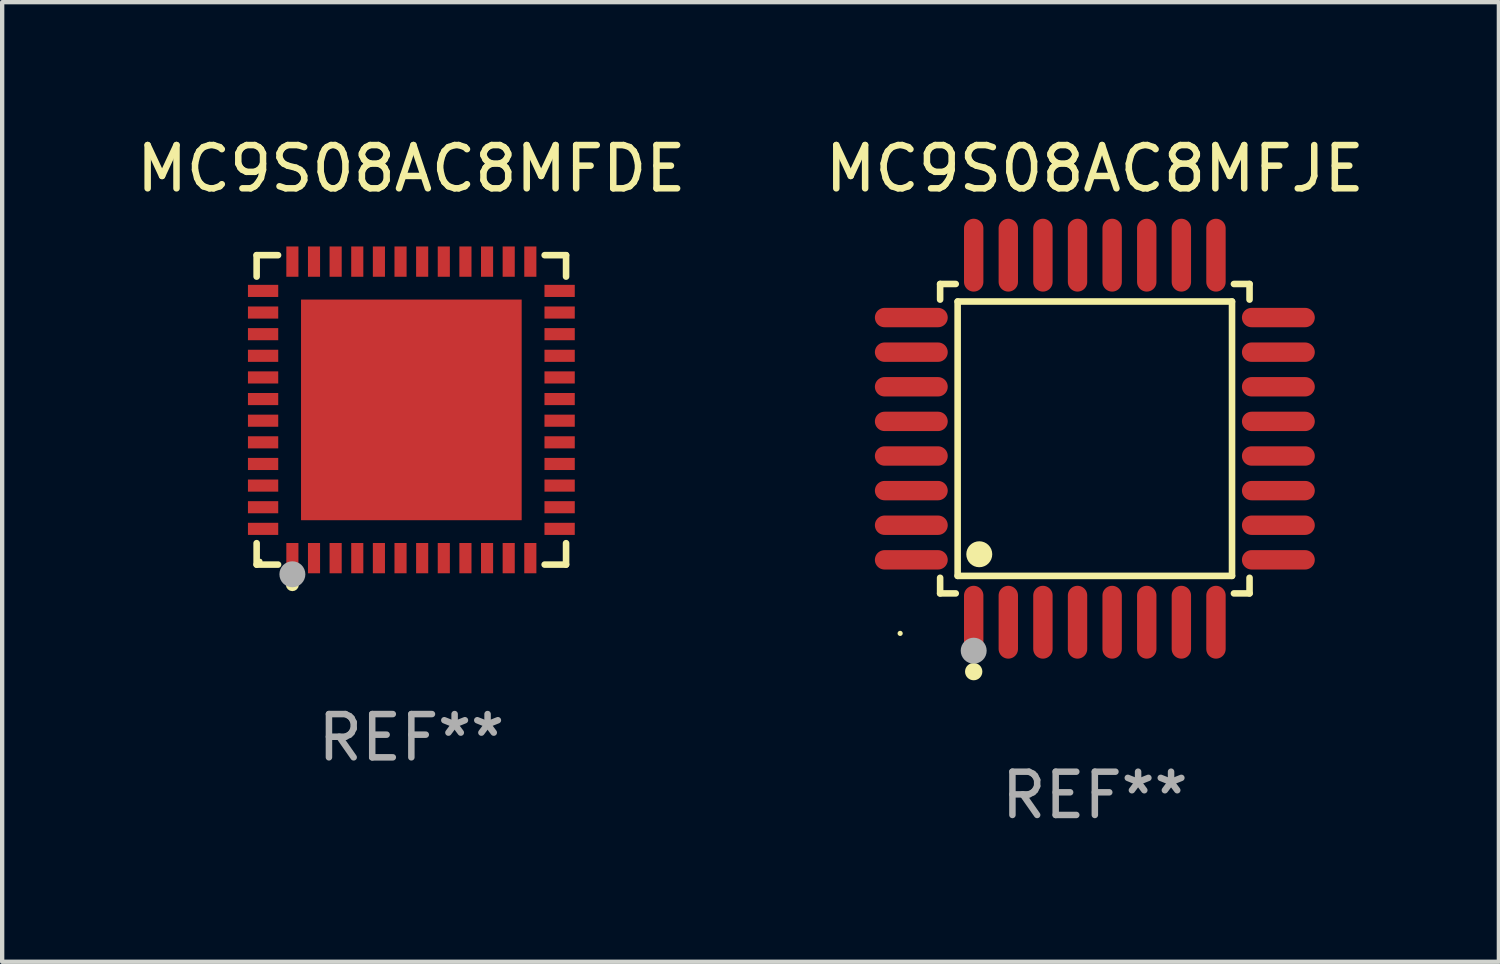
<source format=kicad_pcb>
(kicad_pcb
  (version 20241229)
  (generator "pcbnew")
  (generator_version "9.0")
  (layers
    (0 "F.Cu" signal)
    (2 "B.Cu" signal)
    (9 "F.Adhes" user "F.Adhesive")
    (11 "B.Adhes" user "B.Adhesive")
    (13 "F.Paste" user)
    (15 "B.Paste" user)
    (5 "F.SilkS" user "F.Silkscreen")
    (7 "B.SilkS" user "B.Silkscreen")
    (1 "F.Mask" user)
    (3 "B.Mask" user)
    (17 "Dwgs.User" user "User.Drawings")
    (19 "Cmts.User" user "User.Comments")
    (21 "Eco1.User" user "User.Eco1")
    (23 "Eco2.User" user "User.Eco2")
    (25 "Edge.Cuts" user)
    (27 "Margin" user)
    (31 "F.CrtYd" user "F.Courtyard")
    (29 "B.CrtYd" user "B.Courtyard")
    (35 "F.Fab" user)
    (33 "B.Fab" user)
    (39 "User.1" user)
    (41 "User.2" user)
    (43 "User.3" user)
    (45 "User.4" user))
  (footprint "MC9S08AC8MFDE"
    (layer "F.Cu")
    (at 6.458 6.424)
    (property "Reference" "MC9S08AC8MFDE" (at 0 -5.576 0) (layer "F.SilkS") (effects (font (size 1 1) (thickness 0.15))))
    (attr through_hole)
    (fp_line (start -3.576 -3.576) (end -3.081 -3.576) (stroke (width 0.152) (type solid)) (layer "F.SilkS"))
    (fp_line (start -3.576 -3.081) (end -3.576 -3.576) (stroke (width 0.152) (type solid)) (layer "F.SilkS"))
    (fp_line (start -3.576 3.081) (end -3.576 3.576) (stroke (width 0.152) (type solid)) (layer "F.SilkS"))
    (fp_line (start -3.576 3.576) (end -3.081 3.576) (stroke (width 0.152) (type solid)) (layer "F.SilkS"))
    (fp_line (start 3.576 -3.576) (end 3.081 -3.576) (stroke (width 0.152) (type solid)) (layer "F.SilkS"))
    (fp_line (start 3.576 -3.081) (end 3.576 -3.576) (stroke (width 0.152) (type solid)) (layer "F.SilkS"))
    (fp_line (start 3.576 3.081) (end 3.576 3.576) (stroke (width 0.152) (type solid)) (layer "F.SilkS"))
    (fp_line (start 3.576 3.576) (end 3.081 3.576) (stroke (width 0.152) (type solid)) (layer "F.SilkS"))
    (fp_circle (center -3.5 3.5) (end -3.47 3.5) (stroke (width 0.06) (type solid)) (fill no) (layer "F.SilkS"))
    (fp_circle (center -2.75 4.04) (end -2.675 4.04) (stroke (width 0.15) (type solid)) (fill no) (layer "F.SilkS"))
    (fp_circle (center -2.75 3.8) (end -2.6 3.8) (stroke (width 0.3) (type solid)) (fill no) (layer "F.Fab"))
    (fp_text user "REF**" (at 0 7.576 0) (layer "F.Fab") (effects (font (size 1 1) (thickness 0.15))))
    (pad "1" smd rect (at -2.75 3.427) (size 0.28 0.7) (layers "F.Cu" "F.Mask" "F.Paste"))
    (pad "2" smd rect (at -2.25 3.427) (size 0.28 0.7) (layers "F.Cu" "F.Mask" "F.Paste"))
    (pad "3" smd rect (at -1.75 3.427) (size 0.28 0.7) (layers "F.Cu" "F.Mask" "F.Paste"))
    (pad "4" smd rect (at -1.25 3.427) (size 0.28 0.7) (layers "F.Cu" "F.Mask" "F.Paste"))
    (pad "5" smd rect (at -0.75 3.427) (size 0.28 0.7) (layers "F.Cu" "F.Mask" "F.Paste"))
    (pad "6" smd rect (at -0.25 3.427) (size 0.28 0.7) (layers "F.Cu" "F.Mask" "F.Paste"))
    (pad "7" smd rect (at 0.25 3.427) (size 0.28 0.7) (layers "F.Cu" "F.Mask" "F.Paste"))
    (pad "8" smd rect (at 0.75 3.427) (size 0.28 0.7) (layers "F.Cu" "F.Mask" "F.Paste"))
    (pad "9" smd rect (at 1.25 3.427) (size 0.28 0.7) (layers "F.Cu" "F.Mask" "F.Paste"))
    (pad "10" smd rect (at 1.75 3.427) (size 0.28 0.7) (layers "F.Cu" "F.Mask" "F.Paste"))
    (pad "11" smd rect (at 2.25 3.427) (size 0.28 0.7) (layers "F.Cu" "F.Mask" "F.Paste"))
    (pad "12" smd rect (at 2.75 3.427) (size 0.28 0.7) (layers "F.Cu" "F.Mask" "F.Paste"))
    (pad "13" smd rect (at 3.427 2.75) (size 0.7 0.28) (layers "F.Cu" "F.Mask" "F.Paste"))
    (pad "14" smd rect (at 3.427 2.25) (size 0.7 0.28) (layers "F.Cu" "F.Mask" "F.Paste"))
    (pad "15" smd rect (at 3.427 1.75) (size 0.7 0.28) (layers "F.Cu" "F.Mask" "F.Paste"))
    (pad "16" smd rect (at 3.427 1.25) (size 0.7 0.28) (layers "F.Cu" "F.Mask" "F.Paste"))
    (pad "17" smd rect (at 3.427 0.75) (size 0.7 0.28) (layers "F.Cu" "F.Mask" "F.Paste"))
    (pad "18" smd rect (at 3.427 0.25) (size 0.7 0.28) (layers "F.Cu" "F.Mask" "F.Paste"))
    (pad "19" smd rect (at 3.427 -0.25) (size 0.7 0.28) (layers "F.Cu" "F.Mask" "F.Paste"))
    (pad "20" smd rect (at 3.427 -0.75) (size 0.7 0.28) (layers "F.Cu" "F.Mask" "F.Paste"))
    (pad "21" smd rect (at 3.427 -1.25) (size 0.7 0.28) (layers "F.Cu" "F.Mask" "F.Paste"))
    (pad "22" smd rect (at 3.427 -1.75) (size 0.7 0.28) (layers "F.Cu" "F.Mask" "F.Paste"))
    (pad "23" smd rect (at 3.427 -2.25) (size 0.7 0.28) (layers "F.Cu" "F.Mask" "F.Paste"))
    (pad "24" smd rect (at 3.427 -2.75) (size 0.7 0.28) (layers "F.Cu" "F.Mask" "F.Paste"))
    (pad "25" smd rect (at 2.75 -3.427) (size 0.28 0.7) (layers "F.Cu" "F.Mask" "F.Paste"))
    (pad "26" smd rect (at 2.25 -3.427) (size 0.28 0.7) (layers "F.Cu" "F.Mask" "F.Paste"))
    (pad "27" smd rect (at 1.75 -3.427) (size 0.28 0.7) (layers "F.Cu" "F.Mask" "F.Paste"))
    (pad "28" smd rect (at 1.25 -3.427) (size 0.28 0.7) (layers "F.Cu" "F.Mask" "F.Paste"))
    (pad "29" smd rect (at 0.75 -3.427) (size 0.28 0.7) (layers "F.Cu" "F.Mask" "F.Paste"))
    (pad "30" smd rect (at 0.25 -3.427) (size 0.28 0.7) (layers "F.Cu" "F.Mask" "F.Paste"))
    (pad "31" smd rect (at -0.25 -3.427) (size 0.28 0.7) (layers "F.Cu" "F.Mask" "F.Paste"))
    (pad "32" smd rect (at -0.75 -3.427) (size 0.28 0.7) (layers "F.Cu" "F.Mask" "F.Paste"))
    (pad "33" smd rect (at -1.25 -3.427) (size 0.28 0.7) (layers "F.Cu" "F.Mask" "F.Paste"))
    (pad "34" smd rect (at -1.75 -3.427) (size 0.28 0.7) (layers "F.Cu" "F.Mask" "F.Paste"))
    (pad "35" smd rect (at -2.25 -3.427) (size 0.28 0.7) (layers "F.Cu" "F.Mask" "F.Paste"))
    (pad "36" smd rect (at -2.75 -3.427) (size 0.28 0.7) (layers "F.Cu" "F.Mask" "F.Paste"))
    (pad "37" smd rect (at -3.427 -2.75) (size 0.7 0.28) (layers "F.Cu" "F.Mask" "F.Paste"))
    (pad "38" smd rect (at -3.427 -2.25) (size 0.7 0.28) (layers "F.Cu" "F.Mask" "F.Paste"))
    (pad "39" smd rect (at -3.427 -1.75) (size 0.7 0.28) (layers "F.Cu" "F.Mask" "F.Paste"))
    (pad "40" smd rect (at -3.427 -1.25) (size 0.7 0.28) (layers "F.Cu" "F.Mask" "F.Paste"))
    (pad "41" smd rect (at -3.427 -0.75) (size 0.7 0.28) (layers "F.Cu" "F.Mask" "F.Paste"))
    (pad "42" smd rect (at -3.427 -0.25) (size 0.7 0.28) (layers "F.Cu" "F.Mask" "F.Paste"))
    (pad "43" smd rect (at -3.427 0.25) (size 0.7 0.28) (layers "F.Cu" "F.Mask" "F.Paste"))
    (pad "44" smd rect (at -3.427 0.75) (size 0.7 0.28) (layers "F.Cu" "F.Mask" "F.Paste"))
    (pad "45" smd rect (at -3.427 1.25) (size 0.7 0.28) (layers "F.Cu" "F.Mask" "F.Paste"))
    (pad "46" smd rect (at -3.427 1.75) (size 0.7 0.28) (layers "F.Cu" "F.Mask" "F.Paste"))
    (pad "47" smd rect (at -3.427 2.25) (size 0.7 0.28) (layers "F.Cu" "F.Mask" "F.Paste"))
    (pad "48" smd rect (at -3.427 2.75) (size 0.7 0.28) (layers "F.Cu" "F.Mask" "F.Paste"))
    (pad "49" smd rect (at 0 0) (size 5.1 5.1) (layers "F.Cu" "F.Mask" "F.Paste")))
  (footprint "MC9S08AC8MFJE"
    (layer "F.Cu")
    (at 22.256 7.09)
    (property "Reference" "MC9S08AC8MFJE" (at 0 -6.242 0) (layer "F.SilkS") (effects (font (size 1 1) (thickness 0.15))))
    (attr through_hole)
    (fp_line (start -3.576 -3.576) (end -3.215 -3.576) (stroke (width 0.152) (type solid)) (layer "F.SilkS"))
    (fp_line (start -3.576 -3.215) (end -3.576 -3.576) (stroke (width 0.152) (type solid)) (layer "F.SilkS"))
    (fp_line (start -3.576 3.215) (end -3.576 3.576) (stroke (width 0.152) (type solid)) (layer "F.SilkS"))
    (fp_line (start -3.576 3.576) (end -3.215 3.576) (stroke (width 0.152) (type solid)) (layer "F.SilkS"))
    (fp_line (start -3.171 -3.171) (end 3.171 -3.171) (stroke (width 0.152) (type solid)) (layer "F.SilkS"))
    (fp_line (start -3.171 3.171) (end -3.171 -3.171) (stroke (width 0.152) (type solid)) (layer "F.SilkS"))
    (fp_line (start 3.171 -3.171) (end 3.171 3.171) (stroke (width 0.152) (type solid)) (layer "F.SilkS"))
    (fp_line (start 3.171 3.171) (end -3.171 3.171) (stroke (width 0.152) (type solid)) (layer "F.SilkS"))
    (fp_line (start 3.576 -3.576) (end 3.215 -3.576) (stroke (width 0.152) (type solid)) (layer "F.SilkS"))
    (fp_line (start 3.576 -3.215) (end 3.576 -3.576) (stroke (width 0.152) (type solid)) (layer "F.SilkS"))
    (fp_line (start 3.576 3.215) (end 3.576 3.576) (stroke (width 0.152) (type solid)) (layer "F.SilkS"))
    (fp_line (start 3.576 3.576) (end 3.215 3.576) (stroke (width 0.152) (type solid)) (layer "F.SilkS"))
    (fp_circle (center -4.5 4.5) (end -4.47 4.5) (stroke (width 0.06) (type solid)) (fill no) (layer "F.SilkS"))
    (fp_circle (center -2.8 5.384) (end -2.7 5.384) (stroke (width 0.2) (type solid)) (fill no) (layer "F.SilkS"))
    (fp_circle (center -2.671 2.671) (end -2.521 2.671) (stroke (width 0.3) (type solid)) (fill no) (layer "F.SilkS"))
    (fp_circle (center -2.8 4.9) (end -2.65 4.9) (stroke (width 0.3) (type solid)) (fill no) (layer "F.Fab"))
    (fp_text user "REF**" (at 0 8.242 0) (layer "F.Fab") (effects (font (size 1 1) (thickness 0.15))))
    (pad "1" smd oval (at -2.8 4.242) (size 0.448 1.684) (layers "F.Cu" "F.Mask" "F.Paste"))
    (pad "2" smd oval (at -2 4.242) (size 0.448 1.684) (layers "F.Cu" "F.Mask" "F.Paste"))
    (pad "3" smd oval (at -1.2 4.242) (size 0.448 1.684) (layers "F.Cu" "F.Mask" "F.Paste"))
    (pad "4" smd oval (at -0.4 4.242) (size 0.448 1.684) (layers "F.Cu" "F.Mask" "F.Paste"))
    (pad "5" smd oval (at 0.4 4.242) (size 0.448 1.684) (layers "F.Cu" "F.Mask" "F.Paste"))
    (pad "6" smd oval (at 1.2 4.242) (size 0.448 1.684) (layers "F.Cu" "F.Mask" "F.Paste"))
    (pad "7" smd oval (at 2 4.242) (size 0.448 1.684) (layers "F.Cu" "F.Mask" "F.Paste"))
    (pad "8" smd oval (at 2.8 4.242) (size 0.448 1.684) (layers "F.Cu" "F.Mask" "F.Paste"))
    (pad "9" smd oval (at 4.242 2.8) (size 1.684 0.448) (layers "F.Cu" "F.Mask" "F.Paste"))
    (pad "10" smd oval (at 4.242 2) (size 1.684 0.448) (layers "F.Cu" "F.Mask" "F.Paste"))
    (pad "11" smd oval (at 4.242 1.2) (size 1.684 0.448) (layers "F.Cu" "F.Mask" "F.Paste"))
    (pad "12" smd oval (at 4.242 0.4) (size 1.684 0.448) (layers "F.Cu" "F.Mask" "F.Paste"))
    (pad "13" smd oval (at 4.242 -0.4) (size 1.684 0.448) (layers "F.Cu" "F.Mask" "F.Paste"))
    (pad "14" smd oval (at 4.242 -1.2) (size 1.684 0.448) (layers "F.Cu" "F.Mask" "F.Paste"))
    (pad "15" smd oval (at 4.242 -2) (size 1.684 0.448) (layers "F.Cu" "F.Mask" "F.Paste"))
    (pad "16" smd oval (at 4.242 -2.8) (size 1.684 0.448) (layers "F.Cu" "F.Mask" "F.Paste"))
    (pad "17" smd oval (at 2.8 -4.242) (size 0.448 1.684) (layers "F.Cu" "F.Mask" "F.Paste"))
    (pad "18" smd oval (at 2 -4.242) (size 0.448 1.684) (layers "F.Cu" "F.Mask" "F.Paste"))
    (pad "19" smd oval (at 1.2 -4.242) (size 0.448 1.684) (layers "F.Cu" "F.Mask" "F.Paste"))
    (pad "20" smd oval (at 0.4 -4.242) (size 0.448 1.684) (layers "F.Cu" "F.Mask" "F.Paste"))
    (pad "21" smd oval (at -0.4 -4.242) (size 0.448 1.684) (layers "F.Cu" "F.Mask" "F.Paste"))
    (pad "22" smd oval (at -1.2 -4.242) (size 0.448 1.684) (layers "F.Cu" "F.Mask" "F.Paste"))
    (pad "23" smd oval (at -2 -4.242) (size 0.448 1.684) (layers "F.Cu" "F.Mask" "F.Paste"))
    (pad "24" smd oval (at -2.8 -4.242) (size 0.448 1.684) (layers "F.Cu" "F.Mask" "F.Paste"))
    (pad "25" smd oval (at -4.242 -2.8) (size 1.684 0.448) (layers "F.Cu" "F.Mask" "F.Paste"))
    (pad "26" smd oval (at -4.242 -2) (size 1.684 0.448) (layers "F.Cu" "F.Mask" "F.Paste"))
    (pad "27" smd oval (at -4.242 -1.2) (size 1.684 0.448) (layers "F.Cu" "F.Mask" "F.Paste"))
    (pad "28" smd oval (at -4.242 -0.4) (size 1.684 0.448) (layers "F.Cu" "F.Mask" "F.Paste"))
    (pad "29" smd oval (at -4.242 0.4) (size 1.684 0.448) (layers "F.Cu" "F.Mask" "F.Paste"))
    (pad "30" smd oval (at -4.242 1.2) (size 1.684 0.448) (layers "F.Cu" "F.Mask" "F.Paste"))
    (pad "31" smd oval (at -4.242 2) (size 1.684 0.448) (layers "F.Cu" "F.Mask" "F.Paste"))
    (pad "32" smd oval (at -4.242 2.8) (size 1.684 0.448) (layers "F.Cu" "F.Mask" "F.Paste")))
  (gr_rect
    (start -3 -3)
    (end 31.595 19.181)
    (stroke (width 0.1) (type default))
    (fill no)
    (layer "Edge.Cuts")))
</source>
